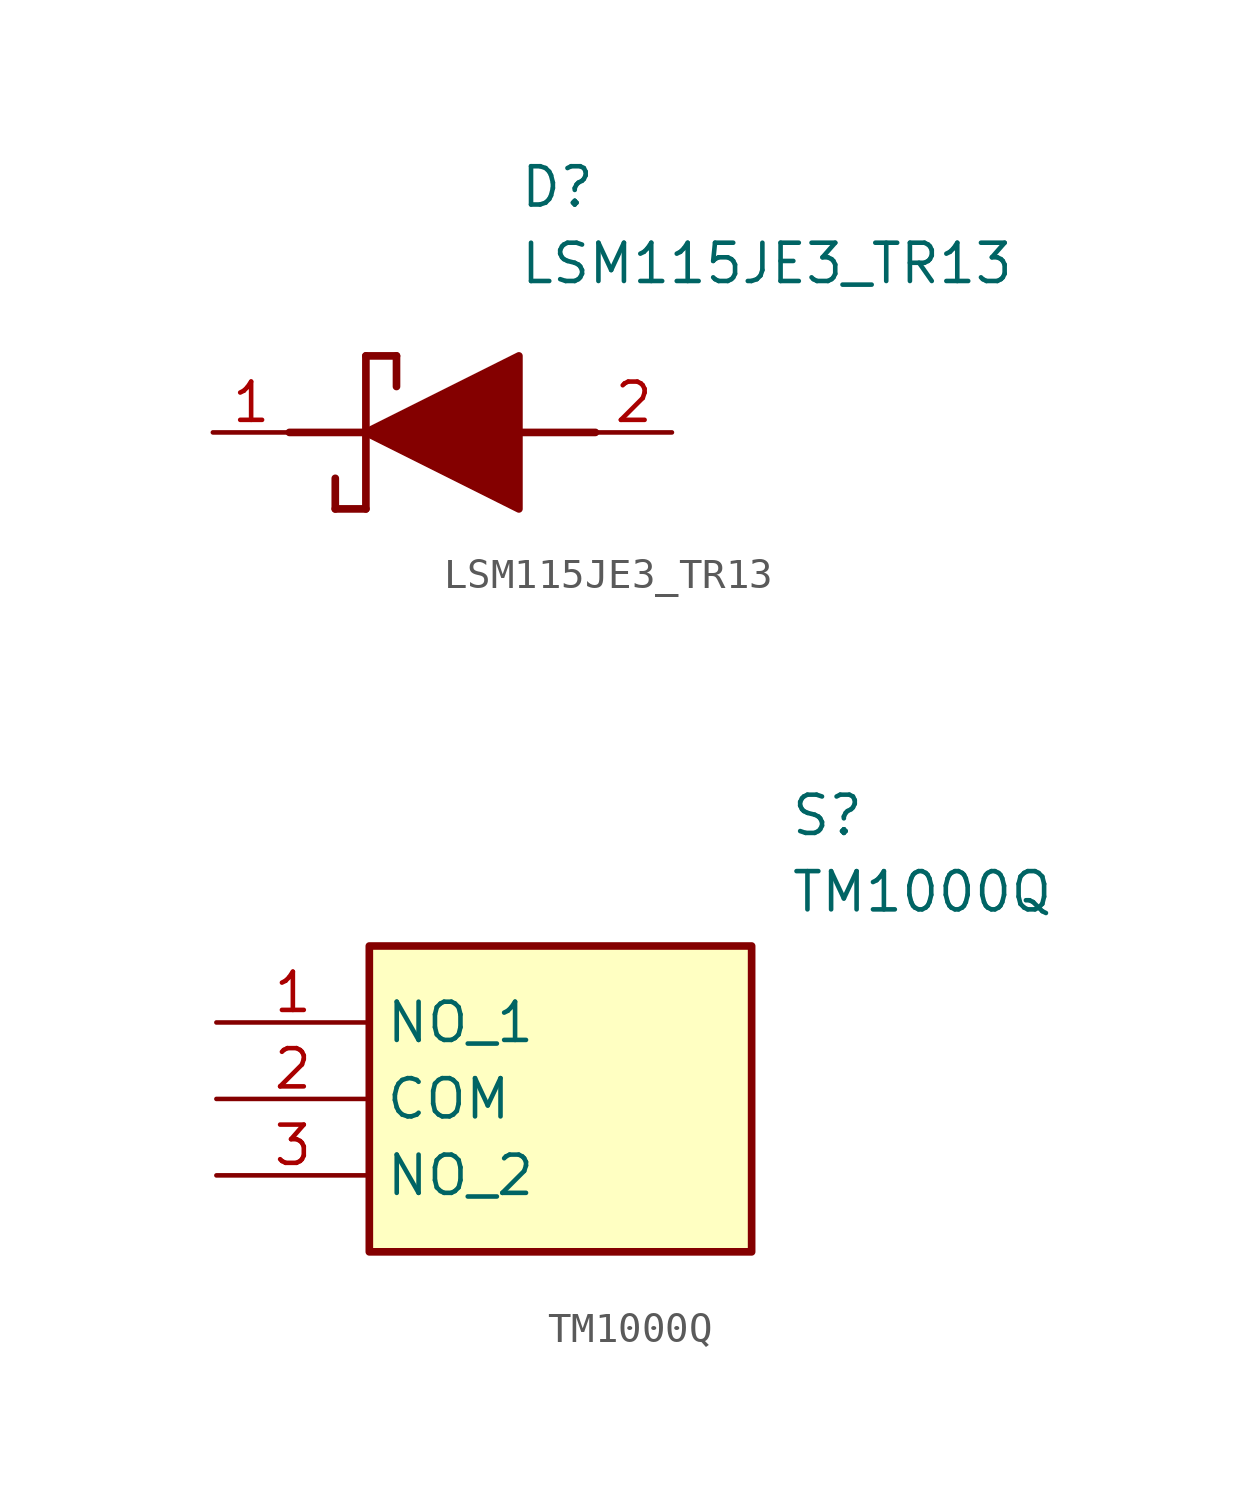
<source format=kicad_sym>
(kicad_symbol_lib
  (version 20231120)
  (generator "kicad_symbol_editor")
  (generator_version "8.0")
  (symbol "LSM115JE3_TR13"
    (pin_names hide)
    (property "Reference" "D"
      (at 12.7 8.89 0)
      (effects (font (size 1.27 1.27)) (justify left top)))
    (property "Value" "LSM115JE3_TR13"
      (at 12.7 6.35 0)
      (effects (font (size 1.27 1.27)) (justify left top)))
    (symbol "LSM115JE3_TR13_1_1"
      (polyline (pts (xy 5.08 0) (xy 7.62 0)) (stroke (width 0.254) (type default)) (fill (type none)))
      (polyline (pts (xy 6.604 -1.524) (xy 6.604 -2.54)) (stroke (width 0.254) (type default)) (fill (type none)))
      (polyline (pts (xy 7.62 -2.54) (xy 6.604 -2.54)) (stroke (width 0.254) (type default)) (fill (type none)))
      (polyline (pts (xy 7.62 2.54) (xy 7.62 -2.54)) (stroke (width 0.254) (type default)) (fill (type none)))
      (polyline (pts (xy 7.62 2.54) (xy 8.636 2.54)) (stroke (width 0.254) (type default)) (fill (type none)))
      (polyline (pts (xy 8.636 1.524) (xy 8.636 2.54)) (stroke (width 0.254) (type default)) (fill (type none)))
      (polyline (pts (xy 12.7 0) (xy 15.24 0)) (stroke (width 0.254) (type default)) (fill (type none)))
      (polyline (pts (xy 7.62 0) (xy 12.7 2.54) (xy 12.7 -2.54) (xy 7.62 0)) (stroke (width 0.254) (type default)) (fill (type outline)))
      (pin passive line (at 2.54 0 0) (length 2.54) (name "K" (effects (font (size 1.27 1.27)))) (number "1" (effects (font (size 1.27 1.27)))))
      (pin passive line (at 17.78 0 180) (length 2.54) (name "A" (effects (font (size 1.27 1.27)))) (number "2" (effects (font (size 1.27 1.27)))))))
  (symbol "TM1000Q"
    (property "Reference" "S"
      (at 19.05 7.62 0)
      (effects (font (size 1.27 1.27)) (justify left top)))
    (property "Value" "TM1000Q"
      (at 19.05 5.08 0)
      (effects (font (size 1.27 1.27)) (justify left top)))
    (rectangle
      (start 5.08 2.54)
      (end 17.78 -7.62)
      (stroke (width 0.254) (type default))
      (fill (type background)))
    (pin passive line
      (at 0 0 0)
      (length 5.08)
      (name "NO_1" (effects (font (size 1.27 1.27))))
      (number "1" (effects (font (size 1.27 1.27)))))
    (pin passive line
      (at 0 -2.54 0)
      (length 5.08)
      (name "COM" (effects (font (size 1.27 1.27))))
      (number "2" (effects (font (size 1.27 1.27)))))
    (pin passive line
      (at 0 -5.08 0)
      (length 5.08)
      (name "NO_2" (effects (font (size 1.27 1.27))))
      (number "3" (effects (font (size 1.27 1.27)))))))
</source>
